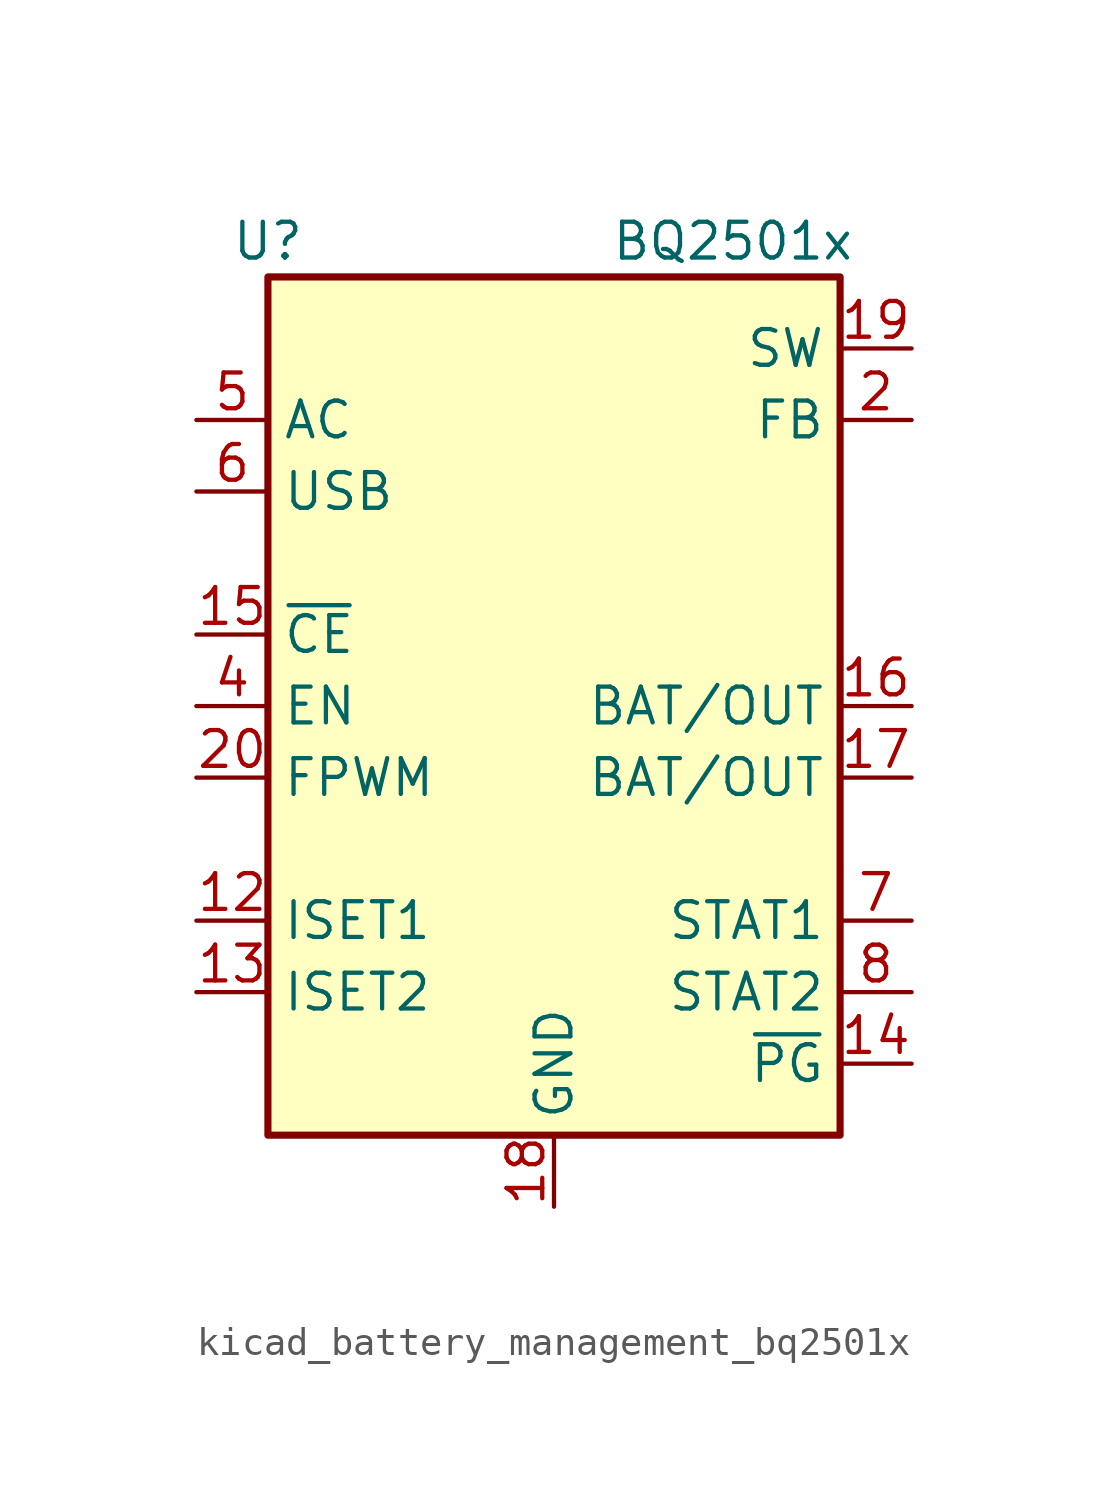
<source format=kicad_sym>
(kicad_symbol_lib
  (version 20220914)
  (generator kicad_symbol_editor)
  (symbol "kicad_battery_management_bq2501x"
    (property "Reference" "U"
      (at -10.16 16.51 0)
      (effects (font (size 1.27 1.27))))
    (property "Value" "BQ2501x"
      (at 6.35 16.51 0)
      (effects (font (size 1.27 1.27))))
    (symbol "kicad_battery_management_bq2501x_1_1"
      (rectangle (start -10.16 15.24) (end 10.16 -15.24) (stroke (width 0.254) (type default)) (fill (type background)))
      (pin no_connect line (at 10.16 7.62 180) (length 2.54) hide (name "NC" (effects (font (size 1.27 1.27)))) (number "1" (effects (font (size 1.27 1.27)))))
      (pin no_connect line (at 10.16 5.08 180) (length 2.54) hide (name "NC" (effects (font (size 1.27 1.27)))) (number "10" (effects (font (size 1.27 1.27)))))
      (pin no_connect line (at 10.16 2.54 180) (length 2.54) hide (name "NC" (effects (font (size 1.27 1.27)))) (number "11" (effects (font (size 1.27 1.27)))))
      (pin input line (at -12.7 -7.62 0) (length 2.54) (name "ISET1" (effects (font (size 1.27 1.27)))) (number "12" (effects (font (size 1.27 1.27)))))
      (pin input line (at -12.7 -10.16 0) (length 2.54) (name "ISET2" (effects (font (size 1.27 1.27)))) (number "13" (effects (font (size 1.27 1.27)))))
      (pin output line (at 12.7 -12.7 180) (length 2.54) (name "~{PG}" (effects (font (size 1.27 1.27)))) (number "14" (effects (font (size 1.27 1.27)))))
      (pin input line (at -12.7 2.54 0) (length 2.54) (name "~{CE}" (effects (font (size 1.27 1.27)))) (number "15" (effects (font (size 1.27 1.27)))))
      (pin power_out line (at 12.7 0 180) (length 2.54) (name "BAT/OUT" (effects (font (size 1.27 1.27)))) (number "16" (effects (font (size 1.27 1.27)))))
      (pin power_in line (at 12.7 -2.54 180) (length 2.54) (name "BAT/OUT" (effects (font (size 1.27 1.27)))) (number "17" (effects (font (size 1.27 1.27)))))
      (pin power_in line (at 0 -17.78 90) (length 2.54) (name "GND" (effects (font (size 1.27 1.27)))) (number "18" (effects (font (size 1.27 1.27)))))
      (pin power_out line (at 12.7 12.7 180) (length 2.54) (name "SW" (effects (font (size 1.27 1.27)))) (number "19" (effects (font (size 1.27 1.27)))))
      (pin input line (at 12.7 10.16 180) (length 2.54) (name "FB" (effects (font (size 1.27 1.27)))) (number "2" (effects (font (size 1.27 1.27)))))
      (pin input line (at -12.7 -2.54 0) (length 2.54) (name "FPWM" (effects (font (size 1.27 1.27)))) (number "20" (effects (font (size 1.27 1.27)))))
      (pin passive line (at 0 -17.78 90) (length 2.54) hide (name "GND" (effects (font (size 1.27 1.27)))) (number "21" (effects (font (size 1.27 1.27)))))
      (pin passive line (at 0 -17.78 90) (length 2.54) hide (name "GND" (effects (font (size 1.27 1.27)))) (number "3" (effects (font (size 1.27 1.27)))))
      (pin input line (at -12.7 0 0) (length 2.54) (name "EN" (effects (font (size 1.27 1.27)))) (number "4" (effects (font (size 1.27 1.27)))))
      (pin power_in line (at -12.7 10.16 0) (length 2.54) (name "AC" (effects (font (size 1.27 1.27)))) (number "5" (effects (font (size 1.27 1.27)))))
      (pin power_in line (at -12.7 7.62 0) (length 2.54) (name "USB" (effects (font (size 1.27 1.27)))) (number "6" (effects (font (size 1.27 1.27)))))
      (pin open_collector line (at 12.7 -7.62 180) (length 2.54) (name "STAT1" (effects (font (size 1.27 1.27)))) (number "7" (effects (font (size 1.27 1.27)))))
      (pin open_collector line (at 12.7 -10.16 180) (length 2.54) (name "STAT2" (effects (font (size 1.27 1.27)))) (number "8" (effects (font (size 1.27 1.27)))))
      (pin passive line (at 0 -17.78 90) (length 2.54) hide (name "GND" (effects (font (size 1.27 1.27)))) (number "9" (effects (font (size 1.27 1.27))))))))
</source>
